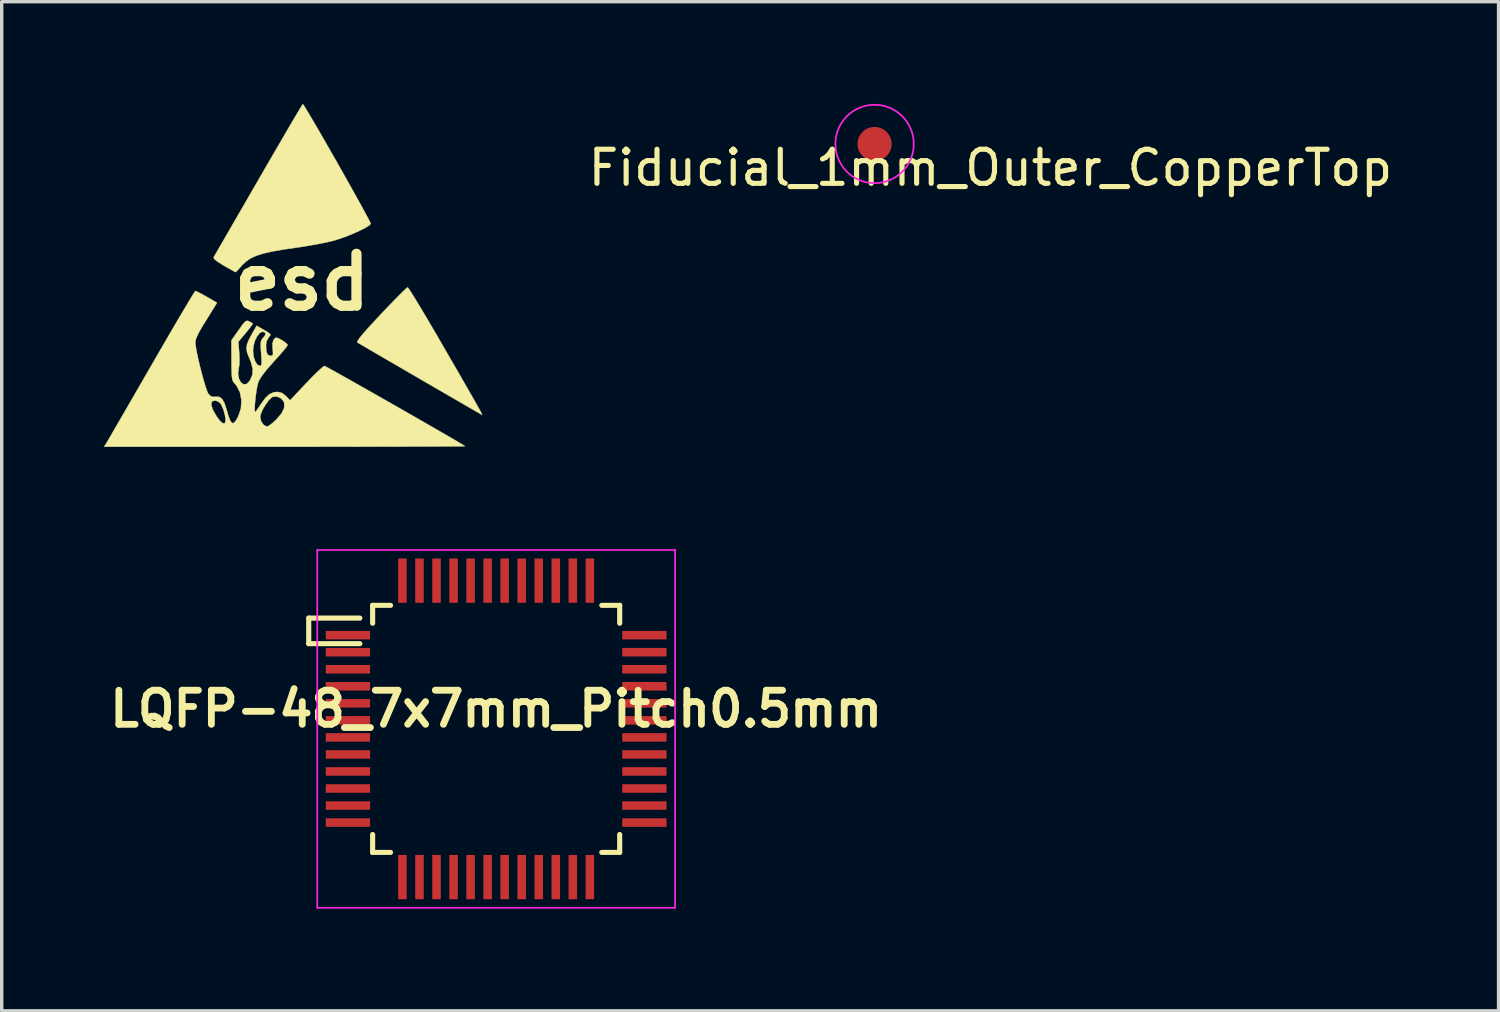
<source format=kicad_pcb>
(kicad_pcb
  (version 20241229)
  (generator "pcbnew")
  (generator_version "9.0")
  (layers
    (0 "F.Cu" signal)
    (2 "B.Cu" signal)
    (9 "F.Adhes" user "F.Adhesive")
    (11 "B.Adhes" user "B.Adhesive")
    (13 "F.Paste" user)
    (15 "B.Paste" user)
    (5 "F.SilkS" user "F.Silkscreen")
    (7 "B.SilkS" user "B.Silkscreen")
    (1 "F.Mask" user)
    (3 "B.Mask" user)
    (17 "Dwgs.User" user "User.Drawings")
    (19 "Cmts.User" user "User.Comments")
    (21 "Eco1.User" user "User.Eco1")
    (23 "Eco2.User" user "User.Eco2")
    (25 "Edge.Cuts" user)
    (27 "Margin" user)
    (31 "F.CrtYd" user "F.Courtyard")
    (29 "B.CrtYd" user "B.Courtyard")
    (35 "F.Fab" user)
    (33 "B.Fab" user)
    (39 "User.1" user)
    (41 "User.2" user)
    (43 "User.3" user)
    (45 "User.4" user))
  (footprint "LQFP-48_7x7mm_Pitch0.5mm"
    (layer "F.Cu")
    (at 11.51 18.339)
    (property "Reference" "LQFP-48_7x7mm_Pitch0.5mm" (at 0 -0.586 0) (layer "F.SilkS") (effects (font (size 1 1) (thickness 0.2))))
    (attr smd)
    (fp_line (start -5.5 -3.25) (end -5.5 -2.5) (stroke (width 0.15) (type solid)) (layer "F.SilkS"))
    (fp_line (start -5.5 -2.5) (end -4 -2.5) (stroke (width 0.15) (type solid)) (layer "F.SilkS"))
    (fp_line (start -4 -3.25) (end -5.5 -3.25) (stroke (width 0.15) (type solid)) (layer "F.SilkS"))
    (fp_line (start -3.625 -3.625) (end -3.625 -3.1) (stroke (width 0.15) (type solid)) (layer "F.SilkS"))
    (fp_line (start -3.625 -3.625) (end -3.1 -3.625) (stroke (width 0.15) (type solid)) (layer "F.SilkS"))
    (fp_line (start -3.625 3.625) (end -3.625 3.1) (stroke (width 0.15) (type solid)) (layer "F.SilkS"))
    (fp_line (start -3.625 3.625) (end -3.1 3.625) (stroke (width 0.15) (type solid)) (layer "F.SilkS"))
    (fp_line (start 3.625 -3.625) (end 3.1 -3.625) (stroke (width 0.15) (type solid)) (layer "F.SilkS"))
    (fp_line (start 3.625 -3.625) (end 3.625 -3.1) (stroke (width 0.15) (type solid)) (layer "F.SilkS"))
    (fp_line (start 3.625 3.625) (end 3.1 3.625) (stroke (width 0.15) (type solid)) (layer "F.SilkS"))
    (fp_line (start 3.625 3.625) (end 3.625 3.1) (stroke (width 0.15) (type solid)) (layer "F.SilkS"))
    (fp_line (start -5.25 -5.25) (end -5.25 5.25) (stroke (width 0.05) (type solid)) (layer "F.CrtYd"))
    (fp_line (start -5.25 -5.25) (end 5.25 -5.25) (stroke (width 0.05) (type solid)) (layer "F.CrtYd"))
    (fp_line (start -5.25 5.25) (end 5.25 5.25) (stroke (width 0.05) (type solid)) (layer "F.CrtYd"))
    (fp_line (start 5.25 -5.25) (end 5.25 5.25) (stroke (width 0.05) (type solid)) (layer "F.CrtYd"))
    (pad "1" smd rect (at -4.35 -2.75) (size 1.3 0.25) (layers "F.Cu" "F.Mask" "F.Paste"))
    (pad "2" smd rect (at -4.35 -2.25) (size 1.3 0.25) (layers "F.Cu" "F.Mask" "F.Paste"))
    (pad "3" smd rect (at -4.35 -1.75) (size 1.3 0.25) (layers "F.Cu" "F.Mask" "F.Paste"))
    (pad "4" smd rect (at -4.35 -1.25) (size 1.3 0.25) (layers "F.Cu" "F.Mask" "F.Paste"))
    (pad "5" smd rect (at -4.35 -0.75) (size 1.3 0.25) (layers "F.Cu" "F.Mask" "F.Paste"))
    (pad "6" smd rect (at -4.35 -0.25) (size 1.3 0.25) (layers "F.Cu" "F.Mask" "F.Paste"))
    (pad "7" smd rect (at -4.35 0.25) (size 1.3 0.25) (layers "F.Cu" "F.Mask" "F.Paste"))
    (pad "8" smd rect (at -4.35 0.75) (size 1.3 0.25) (layers "F.Cu" "F.Mask" "F.Paste"))
    (pad "9" smd rect (at -4.35 1.25) (size 1.3 0.25) (layers "F.Cu" "F.Mask" "F.Paste"))
    (pad "10" smd rect (at -4.35 1.75) (size 1.3 0.25) (layers "F.Cu" "F.Mask" "F.Paste"))
    (pad "11" smd rect (at -4.35 2.25) (size 1.3 0.25) (layers "F.Cu" "F.Mask" "F.Paste"))
    (pad "12" smd rect (at -4.35 2.75) (size 1.3 0.25) (layers "F.Cu" "F.Mask" "F.Paste"))
    (pad "13" smd rect (at -2.75 4.35 90) (size 1.3 0.25) (layers "F.Cu" "F.Mask" "F.Paste"))
    (pad "14" smd rect (at -2.25 4.35 90) (size 1.3 0.25) (layers "F.Cu" "F.Mask" "F.Paste"))
    (pad "15" smd rect (at -1.75 4.35 90) (size 1.3 0.25) (layers "F.Cu" "F.Mask" "F.Paste"))
    (pad "16" smd rect (at -1.25 4.35 90) (size 1.3 0.25) (layers "F.Cu" "F.Mask" "F.Paste"))
    (pad "17" smd rect (at -0.75 4.35 90) (size 1.3 0.25) (layers "F.Cu" "F.Mask" "F.Paste"))
    (pad "18" smd rect (at -0.25 4.35 90) (size 1.3 0.25) (layers "F.Cu" "F.Mask" "F.Paste"))
    (pad "19" smd rect (at 0.25 4.35 90) (size 1.3 0.25) (layers "F.Cu" "F.Mask" "F.Paste"))
    (pad "20" smd rect (at 0.75 4.35 90) (size 1.3 0.25) (layers "F.Cu" "F.Mask" "F.Paste"))
    (pad "21" smd rect (at 1.25 4.35 90) (size 1.3 0.25) (layers "F.Cu" "F.Mask" "F.Paste"))
    (pad "22" smd rect (at 1.75 4.35 90) (size 1.3 0.25) (layers "F.Cu" "F.Mask" "F.Paste"))
    (pad "23" smd rect (at 2.25 4.35 90) (size 1.3 0.25) (layers "F.Cu" "F.Mask" "F.Paste"))
    (pad "24" smd rect (at 2.75 4.35 90) (size 1.3 0.25) (layers "F.Cu" "F.Mask" "F.Paste"))
    (pad "25" smd rect (at 4.35 2.75) (size 1.3 0.25) (layers "F.Cu" "F.Mask" "F.Paste"))
    (pad "26" smd rect (at 4.35 2.25) (size 1.3 0.25) (layers "F.Cu" "F.Mask" "F.Paste"))
    (pad "27" smd rect (at 4.35 1.75) (size 1.3 0.25) (layers "F.Cu" "F.Mask" "F.Paste"))
    (pad "28" smd rect (at 4.35 1.25) (size 1.3 0.25) (layers "F.Cu" "F.Mask" "F.Paste"))
    (pad "29" smd rect (at 4.35 0.75) (size 1.3 0.25) (layers "F.Cu" "F.Mask" "F.Paste"))
    (pad "30" smd rect (at 4.35 0.25) (size 1.3 0.25) (layers "F.Cu" "F.Mask" "F.Paste"))
    (pad "31" smd rect (at 4.35 -0.25) (size 1.3 0.25) (layers "F.Cu" "F.Mask" "F.Paste"))
    (pad "32" smd rect (at 4.35 -0.75) (size 1.3 0.25) (layers "F.Cu" "F.Mask" "F.Paste"))
    (pad "33" smd rect (at 4.35 -1.25) (size 1.3 0.25) (layers "F.Cu" "F.Mask" "F.Paste"))
    (pad "34" smd rect (at 4.35 -1.75) (size 1.3 0.25) (layers "F.Cu" "F.Mask" "F.Paste"))
    (pad "35" smd rect (at 4.35 -2.25) (size 1.3 0.25) (layers "F.Cu" "F.Mask" "F.Paste"))
    (pad "36" smd rect (at 4.35 -2.75) (size 1.3 0.25) (layers "F.Cu" "F.Mask" "F.Paste"))
    (pad "37" smd rect (at 2.75 -4.35 90) (size 1.3 0.25) (layers "F.Cu" "F.Mask" "F.Paste"))
    (pad "38" smd rect (at 2.25 -4.35 90) (size 1.3 0.25) (layers "F.Cu" "F.Mask" "F.Paste"))
    (pad "39" smd rect (at 1.75 -4.35 90) (size 1.3 0.25) (layers "F.Cu" "F.Mask" "F.Paste"))
    (pad "40" smd rect (at 1.25 -4.35 90) (size 1.3 0.25) (layers "F.Cu" "F.Mask" "F.Paste"))
    (pad "41" smd rect (at 0.75 -4.35 90) (size 1.3 0.25) (layers "F.Cu" "F.Mask" "F.Paste"))
    (pad "42" smd rect (at 0.25 -4.35 90) (size 1.3 0.25) (layers "F.Cu" "F.Mask" "F.Paste"))
    (pad "43" smd rect (at -0.25 -4.35 90) (size 1.3 0.25) (layers "F.Cu" "F.Mask" "F.Paste"))
    (pad "44" smd rect (at -0.75 -4.35 90) (size 1.3 0.25) (layers "F.Cu" "F.Mask" "F.Paste"))
    (pad "45" smd rect (at -1.25 -4.35 90) (size 1.3 0.25) (layers "F.Cu" "F.Mask" "F.Paste"))
    (pad "46" smd rect (at -1.75 -4.35 90) (size 1.3 0.25) (layers "F.Cu" "F.Mask" "F.Paste"))
    (pad "47" smd rect (at -2.25 -4.35 90) (size 1.3 0.25) (layers "F.Cu" "F.Mask" "F.Paste"))
    (pad "48" smd rect (at -2.75 -4.35 90) (size 1.3 0.25) (layers "F.Cu" "F.Mask" "F.Paste")))
  (footprint "Fiducial_1mm_Outer_CopperTop"
    (layer "F.Cu")
    (at 22.615 1.175)
    (property "Reference" "Fiducial_1mm_Outer_CopperTop" (at 3.4 0.7 0) (layer "F.SilkS") (effects (font (size 1 1) (thickness 0.15))))
    (attr smd)
    (fp_circle (center 0 0) (end 1.15 0) (stroke (width 0.05) (type solid)) (fill no) (layer "F.CrtYd"))
    (pad "~" smd circle (at 0 0) (size 1 1) (layers "F.Cu" "F.Mask")))
  (footprint "esd"
    (layer "F.Cu")
    (at 5.814 5.233)
    (property "Reference" "esd" (at 0 0 0) (layer "F.SilkS") (effects (font (size 1.524 1.524) (thickness 0.3))))
    (attr through_hole)
    (fp_poly (pts (xy 3.128 0.184) (xy 3.195 0.285) (xy 3.295 0.445) (xy 3.424 0.657) (xy 3.577 0.912) (xy 3.749 1.203) (xy 3.937 1.523) (xy 4.072 1.757) (xy 4.337 2.215) (xy 4.563 2.606) (xy 4.751 2.933) (xy 4.906 3.203) (xy 5.03 3.419) (xy 5.126 3.588) (xy 5.196 3.714) (xy 5.244 3.802) (xy 5.273 3.858) (xy 5.285 3.886) (xy 5.285 3.892) (xy 5.246 3.871) (xy 5.142 3.811) (xy 4.978 3.717) (xy 4.763 3.593) (xy 4.503 3.442) (xy 4.204 3.269) (xy 3.875 3.078) (xy 3.522 2.874) (xy 3.471 2.844) (xy 3.114 2.637) (xy 2.778 2.441) (xy 2.471 2.263) (xy 2.2 2.105) (xy 1.972 1.972) (xy 1.795 1.868) (xy 1.675 1.798) (xy 1.621 1.766) (xy 1.619 1.765) (xy 1.624 1.729) (xy 1.679 1.647) (xy 1.787 1.514) (xy 1.95 1.329) (xy 2.171 1.089) (xy 2.311 0.939) (xy 2.514 0.725) (xy 2.7 0.533) (xy 2.859 0.371) (xy 2.984 0.248) (xy 3.067 0.171) (xy 3.099 0.148) (xy 3.128 0.184)) (stroke (width 0.01) (type solid)) (fill yes) (layer "F.SilkS"))
    (fp_poly (pts (xy 0.05 -5.193) (xy 0.113 -5.092) (xy 0.208 -4.935) (xy 0.329 -4.729) (xy 0.471 -4.486) (xy 0.63 -4.211) (xy 0.799 -3.916) (xy 0.975 -3.608) (xy 1.152 -3.296) (xy 1.325 -2.989) (xy 1.49 -2.695) (xy 1.64 -2.425) (xy 1.773 -2.185) (xy 1.881 -1.985) (xy 1.961 -1.835) (xy 2.007 -1.741) (xy 2.017 -1.714) (xy 1.963 -1.662) (xy 1.846 -1.59) (xy 1.681 -1.508) (xy 1.485 -1.42) (xy 1.274 -1.336) (xy 1.065 -1.263) (xy 0.876 -1.207) (xy 0.678 -1.163) (xy 0.425 -1.113) (xy 0.148 -1.064) (xy -0.125 -1.022) (xy -0.181 -1.014) (xy -0.57 -0.957) (xy -0.886 -0.901) (xy -1.14 -0.843) (xy -1.341 -0.779) (xy -1.503 -0.705) (xy -1.634 -0.617) (xy -1.747 -0.513) (xy -1.788 -0.467) (xy -1.873 -0.372) (xy -1.933 -0.31) (xy -1.951 -0.297) (xy -1.993 -0.317) (xy -2.09 -0.371) (xy -2.226 -0.448) (xy -2.298 -0.49) (xy -2.475 -0.6) (xy -2.575 -0.681) (xy -2.596 -0.731) (xy -2.596 -0.732) (xy -2.569 -0.777) (xy -2.504 -0.889) (xy -2.405 -1.061) (xy -2.274 -1.287) (xy -2.116 -1.56) (xy -1.935 -1.874) (xy -1.733 -2.222) (xy -1.516 -2.599) (xy -1.286 -2.996) (xy -1.281 -3.006) (xy -1.052 -3.402) (xy -0.835 -3.776) (xy -0.634 -4.12) (xy -0.454 -4.43) (xy -0.297 -4.698) (xy -0.167 -4.918) (xy -0.068 -5.084) (xy -0.004 -5.189) (xy 0.022 -5.228) (xy 0.022 -5.228) (xy 0.05 -5.193)) (stroke (width 0.01) (type solid)) (fill yes) (layer "F.SilkS"))
    (fp_poly (pts (xy -3.081 0.274) (xy -2.978 0.327) (xy -2.841 0.402) (xy -2.797 0.427) (xy -2.496 0.601) (xy -2.591 0.756) (xy -2.655 0.86) (xy -2.749 1.012) (xy -2.856 1.184) (xy -2.909 1.268) (xy -3.031 1.478) (xy -3.107 1.644) (xy -3.133 1.755) (xy -3.122 1.867) (xy -3.093 2.035) (xy -3.049 2.241) (xy -2.996 2.468) (xy -2.937 2.697) (xy -2.878 2.911) (xy -2.822 3.092) (xy -2.775 3.223) (xy -2.746 3.279) (xy -2.663 3.354) (xy -2.567 3.364) (xy -2.545 3.36) (xy -2.434 3.362) (xy -2.347 3.423) (xy -2.274 3.553) (xy -2.221 3.717) (xy -2.156 3.935) (xy -2.102 4.072) (xy -2.05 4.134) (xy -1.996 4.124) (xy -1.934 4.046) (xy -1.88 3.949) (xy -1.228 3.949) (xy -1.201 4.078) (xy -1.133 4.181) (xy -1.043 4.232) (xy -1.025 4.233) (xy -0.964 4.205) (xy -0.868 4.131) (xy -0.759 4.031) (xy -0.605 3.852) (xy -0.527 3.695) (xy -0.523 3.552) (xy -0.544 3.491) (xy -0.622 3.403) (xy -0.737 3.354) (xy -0.852 3.359) (xy -0.883 3.373) (xy -0.972 3.457) (xy -1.068 3.587) (xy -1.154 3.734) (xy -1.213 3.871) (xy -1.228 3.949) (xy -1.88 3.949) (xy -1.873 3.936) (xy -1.795 3.705) (xy -1.779 3.462) (xy -1.824 3.229) (xy -1.927 3.029) (xy -1.993 2.953) (xy -2.024 2.913) (xy -2.046 2.855) (xy -2.06 2.764) (xy -2.068 2.625) (xy -2.071 2.423) (xy -2.072 2.292) (xy -2.073 1.705) (xy -1.86 1.402) (xy -1.756 1.257) (xy -1.686 1.172) (xy -1.635 1.134) (xy -1.59 1.133) (xy -1.554 1.148) (xy -1.477 1.19) (xy -1.446 1.209) (xy -1.464 1.245) (xy -1.525 1.329) (xy -1.618 1.446) (xy -1.651 1.485) (xy -1.87 1.749) (xy -1.843 2.071) (xy -1.836 2.251) (xy -1.841 2.415) (xy -1.858 2.531) (xy -1.859 2.532) (xy -1.878 2.681) (xy -1.854 2.824) (xy -1.797 2.938) (xy -1.715 2.996) (xy -1.705 2.998) (xy -1.621 2.982) (xy -1.544 2.9) (xy -1.525 2.871) (xy -1.457 2.711) (xy -1.448 2.54) (xy -1.501 2.341) (xy -1.548 2.227) (xy -1.61 2.073) (xy -1.621 2.011) (xy -1.439 2.011) (xy -1.422 2.177) (xy -1.376 2.321) (xy -1.312 2.42) (xy -1.242 2.455) (xy -1.209 2.446) (xy -1.191 2.407) (xy -1.187 2.322) (xy -1.195 2.176) (xy -1.201 2.088) (xy -1.213 1.909) (xy -1.214 1.792) (xy -1.2 1.716) (xy -1.169 1.66) (xy -1.136 1.622) (xy -1.076 1.54) (xy -1.082 1.484) (xy -1.09 1.475) (xy -1.163 1.449) (xy -1.242 1.49) (xy -1.319 1.585) (xy -1.384 1.718) (xy -1.427 1.876) (xy -1.439 2.011) (xy -1.621 2.011) (xy -1.633 1.945) (xy -1.614 1.817) (xy -1.551 1.665) (xy -1.47 1.516) (xy -1.333 1.275) (xy -1.113 1.402) (xy -0.993 1.473) (xy -0.935 1.519) (xy -0.929 1.556) (xy -0.965 1.599) (xy -0.976 1.611) (xy -1.044 1.736) (xy -1.058 1.859) (xy -1.048 2.025) (xy -1.012 2.121) (xy -0.945 2.158) (xy -0.923 2.159) (xy -0.873 2.15) (xy -0.853 2.109) (xy -0.857 2.015) (xy -0.864 1.958) (xy -0.87 1.797) (xy -0.838 1.693) (xy -0.828 1.678) (xy -0.787 1.633) (xy -0.742 1.626) (xy -0.667 1.657) (xy -0.595 1.697) (xy -0.493 1.764) (xy -0.432 1.822) (xy -0.423 1.842) (xy -0.451 1.889) (xy -0.526 1.984) (xy -0.638 2.116) (xy -0.777 2.271) (xy -0.822 2.32) (xy -1.029 2.554) (xy -1.18 2.748) (xy -1.27 2.895) (xy -1.284 2.931) (xy -1.311 3.032) (xy -1.337 3.175) (xy -1.36 3.341) (xy -1.378 3.507) (xy -1.389 3.655) (xy -1.39 3.762) (xy -1.38 3.809) (xy -1.378 3.81) (xy -1.346 3.777) (xy -1.284 3.692) (xy -1.212 3.582) (xy -1.079 3.398) (xy -0.957 3.284) (xy -0.829 3.228) (xy -0.727 3.217) (xy -0.591 3.246) (xy -0.469 3.341) (xy -0.469 3.341) (xy -0.353 3.465) (xy 0.123 2.96) (xy 0.286 2.791) (xy 0.432 2.645) (xy 0.551 2.535) (xy 0.63 2.469) (xy 0.656 2.455) (xy 0.699 2.476) (xy 0.807 2.534) (xy 0.972 2.625) (xy 1.186 2.745) (xy 1.441 2.888) (xy 1.728 3.051) (xy 2.041 3.228) (xy 2.369 3.415) (xy 2.707 3.607) (xy 3.044 3.8) (xy 3.374 3.989) (xy 3.687 4.169) (xy 3.977 4.336) (xy 4.234 4.485) (xy 4.452 4.611) (xy 4.62 4.711) (xy 4.732 4.778) (xy 4.78 4.81) (xy 4.78 4.81) (xy 4.741 4.812) (xy 4.622 4.814) (xy 4.429 4.816) (xy 4.166 4.817) (xy 3.838 4.819) (xy 3.451 4.821) (xy 3.01 4.822) (xy 2.519 4.823) (xy 1.984 4.824) (xy 1.409 4.825) (xy 0.801 4.825) (xy 0.163 4.826) (xy -0.499 4.826) (xy -5.809 4.826) (xy -5.749 4.731) (xy -5.717 4.678) (xy -5.647 4.558) (xy -5.543 4.378) (xy -5.408 4.145) (xy -5.246 3.866) (xy -5.084 3.586) (xy -2.666 3.586) (xy -2.624 3.724) (xy -2.597 3.78) (xy -2.498 3.95) (xy -2.405 4.071) (xy -2.327 4.137) (xy -2.271 4.141) (xy -2.245 4.078) (xy -2.244 4.053) (xy -2.261 3.911) (xy -2.303 3.752) (xy -2.36 3.612) (xy -2.403 3.545) (xy -2.497 3.485) (xy -2.568 3.471) (xy -2.647 3.501) (xy -2.666 3.586) (xy -5.084 3.586) (xy -5.061 3.547) (xy -4.858 3.195) (xy -4.64 2.817) (xy -4.425 2.445) (xy -4.198 2.051) (xy -3.982 1.68) (xy -3.783 1.338) (xy -3.603 1.032) (xy -3.446 0.767) (xy -3.317 0.551) (xy -3.219 0.389) (xy -3.155 0.288) (xy -3.13 0.254) (xy -3.081 0.274)) (stroke (width 0.01) (type solid)) (fill yes) (layer "F.SilkS")))
  (gr_rect
    (start -3 -3)
    (end 40.926 26.614)
    (stroke (width 0.1) (type default))
    (fill no)
    (layer "Edge.Cuts")))
</source>
